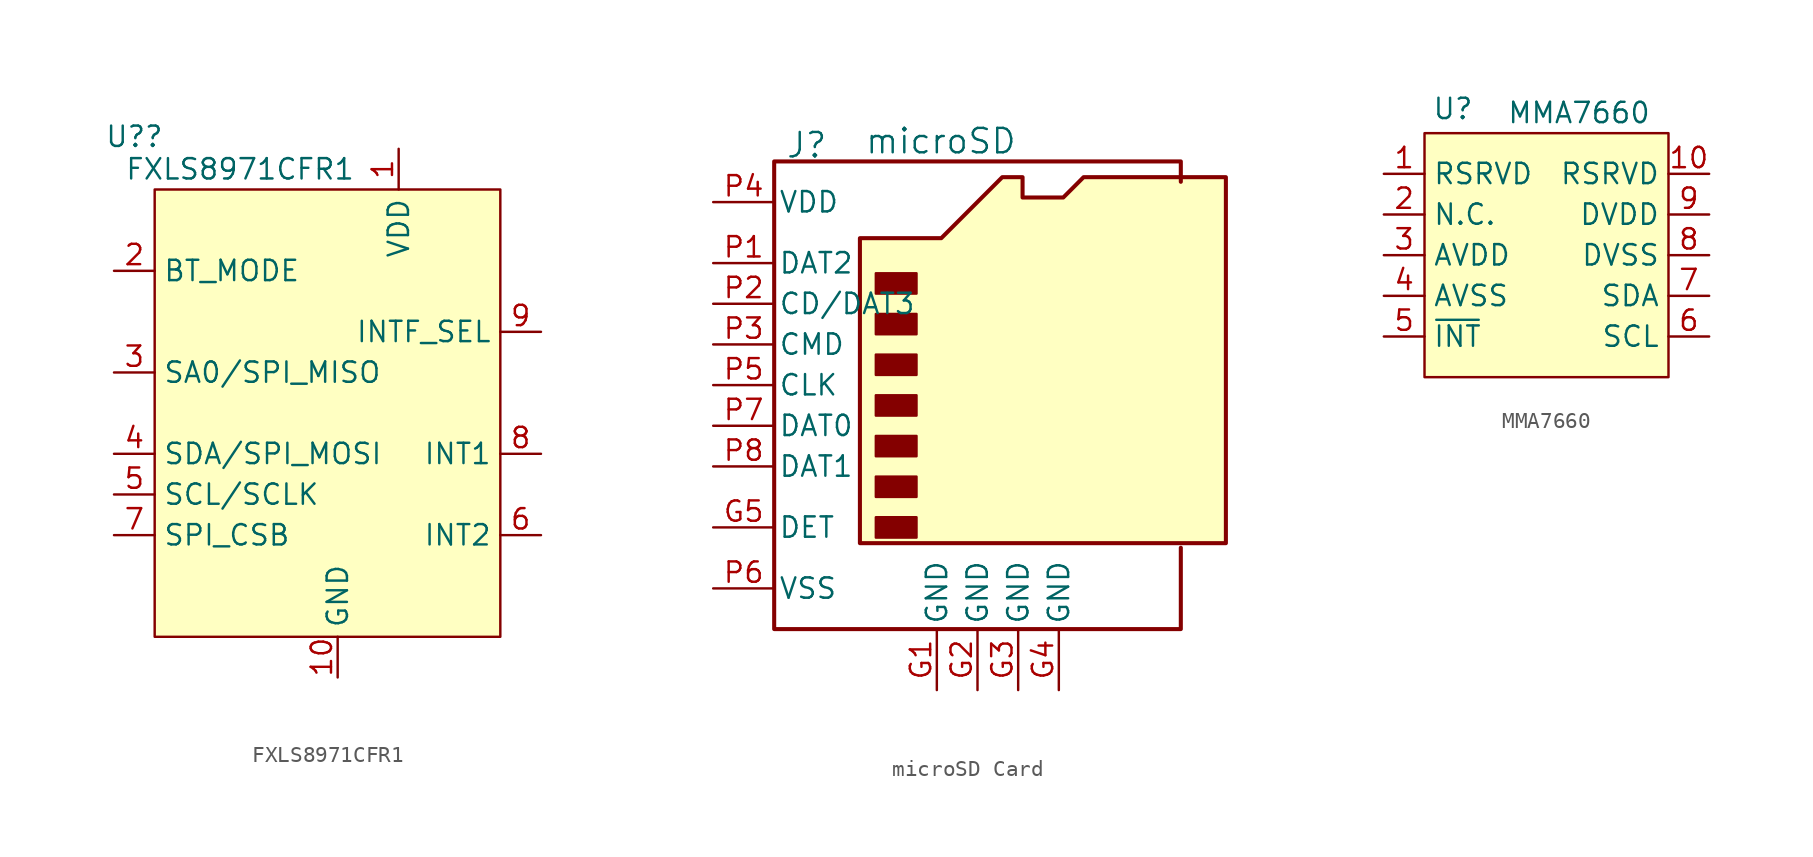
<source format=kicad_sym>
(kicad_symbol_lib
  (version 20241209)
  (generator "kicad_symbol_editor")
  (generator_version "9.0")
  (symbol "FXLS8971CFR1"
    (property "Reference" "U?"
      (at -12.7 12.192 0)
      (effects (font (size 1.27 1.27))))
    (property "Value" "FXLS8971CFR1"
      (at -6.096 10.16 0)
      (effects (font (size 1.27 1.27))))
    (symbol "FXLS8971CFR1_0_0"
      (pin unspecified line (at -13.97 3.81 0) (length 2.54) (name "BT_MODE" (effects (font (size 1.27 1.27)))) (number "2" (effects (font (size 1.27 1.27)))))
      (pin unspecified line (at -13.97 -2.54 0) (length 2.54) (name "SA0/SPI_MISO" (effects (font (size 1.27 1.27)))) (number "3" (effects (font (size 1.27 1.27)))))
      (pin unspecified line (at -13.97 -7.62 0) (length 2.54) (name "SDA/SPI_MOSI" (effects (font (size 1.27 1.27)))) (number "4" (effects (font (size 1.27 1.27)))))
      (pin unspecified line (at -13.97 -12.7 0) (length 2.54) (name "SPI_CSB" (effects (font (size 1.27 1.27)))) (number "7" (effects (font (size 1.27 1.27)))))
      (pin unspecified line (at 12.7 0 180) (length 2.54) (name "INTF_SEL" (effects (font (size 1.27 1.27)))) (number "9" (effects (font (size 1.27 1.27)))))
      (pin unspecified line (at 12.7 -7.62 180) (length 2.54) (name "INT1" (effects (font (size 1.27 1.27)))) (number "8" (effects (font (size 1.27 1.27)))))
      (pin unspecified line (at 12.7 -12.7 180) (length 2.54) (name "INT2" (effects (font (size 1.27 1.27)))) (number "6" (effects (font (size 1.27 1.27))))))
    (symbol "FXLS8971CFR1_1_0"
      (pin unspecified line (at -13.97 -10.16 0) (length 2.54) (name "SCL/SCLK" (effects (font (size 1.27 1.27)))) (number "5" (effects (font (size 1.27 1.27)))))
      (pin unspecified line (at 0 -21.59 90) (length 2.54) (name "GND" (effects (font (size 1.27 1.27)))) (number "10" (effects (font (size 1.27 1.27)))))
      (pin unspecified line (at 2.54 -21.59 90) (length 2.54) (hide yes) (name "n.c" (effects (font (size 1.27 1.27)))) (number "11" (effects (font (size 1.27 1.27)))))
      (pin unspecified line (at 3.81 11.43 270) (length 2.54) (name "VDD" (effects (font (size 1.27 1.27)))) (number "1" (effects (font (size 1.27 1.27)))))
      (pin unspecified line (at 5.08 -21.59 90) (length 2.54) (hide yes) (name "n.c" (effects (font (size 1.27 1.27)))) (number "12" (effects (font (size 1.27 1.27))))))
    (symbol "FXLS8971CFR1_1_1"
      (rectangle (start -11.43 8.89) (end 10.16 -19.05) (stroke (width 0) (type solid) (color 132 0 0 1)) (fill (type color) (color 255 255 194 1)))))
  (symbol "microSD Card"
    (pin_names
      (offset 0.254))
    (property "Reference" "J"
      (at 2.032 13.716 0)
      (effects (font (size 1.524 1.524))))
    (property "Value" "microSD"
      (at 10.414 13.97 0)
      (effects (font (size 1.524 1.524))))
    (symbol "microSD Card_0_1"
      (polyline (pts (xy 5.355 -11.144) (xy 5.355 7.906) (xy 10.435 7.906) (xy 14.245 11.716) (xy 15.515 11.716) (xy 15.515 10.446) (xy 18.055 10.446) (xy 19.325 11.716) (xy 28.215 11.716) (xy 28.215 -11.144) (xy 5.355 -11.144)) (stroke (width 0.254) (type default)) (fill (type background)))
      (rectangle (start 6.35 5.715) (end 8.89 4.445) (stroke (width 0) (type default)) (fill (type outline)))
      (rectangle (start 6.35 3.175) (end 8.89 1.905) (stroke (width 0) (type default)) (fill (type outline)))
      (rectangle (start 6.35 0.635) (end 8.89 -0.635) (stroke (width 0) (type default)) (fill (type outline)))
      (rectangle (start 6.35 -1.905) (end 8.89 -3.175) (stroke (width 0) (type default)) (fill (type outline)))
      (rectangle (start 6.35 -4.445) (end 8.89 -5.715) (stroke (width 0) (type default)) (fill (type outline)))
      (rectangle (start 6.35 -6.985) (end 8.89 -8.255) (stroke (width 0) (type default)) (fill (type outline)))
      (rectangle (start 6.35 -9.525) (end 8.89 -10.795) (stroke (width 0) (type default)) (fill (type outline)))
      (polyline (pts (xy 25.4 11.43) (xy 25.4 12.7) (xy 0 12.7) (xy 0 -16.51) (xy 25.4 -16.51) (xy 25.4 -11.43)) (stroke (width 0.254) (type default)) (fill (type none))))
    (symbol "microSD Card_1_1"
      (pin passive line (at -3.81 10.16 0) (length 3.81) (name "VDD" (effects (font (size 1.27 1.27)))) (number "P4" (effects (font (size 1.27 1.27)))))
      (pin passive line (at -3.81 6.35 0) (length 3.81) (name "DAT2" (effects (font (size 1.27 1.27)))) (number "P1" (effects (font (size 1.27 1.27)))))
      (pin passive line (at -3.81 3.81 0) (length 3.81) (name "CD/DAT3" (effects (font (size 1.27 1.27)))) (number "P2" (effects (font (size 1.27 1.27)))))
      (pin passive line (at -3.81 1.27 0) (length 3.81) (name "CMD" (effects (font (size 1.27 1.27)))) (number "P3" (effects (font (size 1.27 1.27)))))
      (pin passive line (at -3.81 -1.27 0) (length 3.81) (name "CLK" (effects (font (size 1.27 1.27)))) (number "P5" (effects (font (size 1.27 1.27)))))
      (pin passive line (at -3.81 -3.81 0) (length 3.81) (name "DAT0" (effects (font (size 1.27 1.27)))) (number "P7" (effects (font (size 1.27 1.27)))))
      (pin passive line (at -3.81 -6.35 0) (length 3.81) (name "DAT1" (effects (font (size 1.27 1.27)))) (number "P8" (effects (font (size 1.27 1.27)))))
      (pin passive line (at -3.81 -10.16 0) (length 3.81) (name "DET" (effects (font (size 1.27 1.27)))) (number "G5" (effects (font (size 1.27 1.27)))))
      (pin passive line (at -3.81 -13.97 0) (length 3.81) (name "VSS" (effects (font (size 1.27 1.27)))) (number "P6" (effects (font (size 1.27 1.27)))))
      (pin passive line (at 10.16 -20.32 90) (length 3.81) (name "GND" (effects (font (size 1.27 1.27)))) (number "G1" (effects (font (size 1.27 1.27)))))
      (pin passive line (at 12.7 -20.32 90) (length 3.81) (name "GND" (effects (font (size 1.27 1.27)))) (number "G2" (effects (font (size 1.27 1.27)))))
      (pin passive line (at 15.24 -20.32 90) (length 3.81) (name "GND" (effects (font (size 1.27 1.27)))) (number "G3" (effects (font (size 1.27 1.27)))))
      (pin passive line (at 17.78 -20.32 90) (length 3.81) (name "GND" (effects (font (size 1.27 1.27)))) (number "G4" (effects (font (size 1.27 1.27)))))))
  (symbol "MMA7660"
    (property "Reference" "U"
      (at -5.842 10.414 0)
      (effects (font (size 1.27 1.27))))
    (property "Value" "MMA7660"
      (at 2.032 10.16 0)
      (effects (font (size 1.27 1.27))))
    (symbol "MMA7660_0_0"
      (pin unspecified line (at -10.16 3.81 0) (length 2.54) (name "N.C." (effects (font (size 1.27 1.27)))) (number "2" (effects (font (size 1.27 1.27)))))
      (pin unspecified line (at -10.16 1.27 0) (length 2.54) (name "AVDD" (effects (font (size 1.27 1.27)))) (number "3" (effects (font (size 1.27 1.27)))))
      (pin unspecified line (at -10.16 -1.27 0) (length 2.54) (name "AVSS" (effects (font (size 1.27 1.27)))) (number "4" (effects (font (size 1.27 1.27)))))
      (pin unspecified line (at 10.16 3.81 180) (length 2.54) (name "DVDD" (effects (font (size 1.27 1.27)))) (number "9" (effects (font (size 1.27 1.27)))))
      (pin unspecified line (at 10.16 1.27 180) (length 2.54) (name "DVSS" (effects (font (size 1.27 1.27)))) (number "8" (effects (font (size 1.27 1.27)))))
      (pin unspecified line (at 10.16 -1.27 180) (length 2.54) (name "SDA" (effects (font (size 1.27 1.27)))) (number "7" (effects (font (size 1.27 1.27)))))
      (pin unspecified line (at 10.16 -3.81 180) (length 2.54) (name "SCL" (effects (font (size 1.27 1.27)))) (number "6" (effects (font (size 1.27 1.27))))))
    (symbol "MMA7660_1_0"
      (pin unspecified line (at -10.16 6.35 0) (length 2.54) (name "RSRVD" (effects (font (size 1.27 1.27)))) (number "1" (effects (font (size 1.27 1.27)))))
      (pin unspecified line (at -10.16 -3.81 0) (length 2.54) (name "~{INT}" (effects (font (size 1.27 1.27)))) (number "5" (effects (font (size 1.27 1.27)))))
      (pin unspecified line (at 10.16 6.35 180) (length 2.54) (name "RSRVD" (effects (font (size 1.27 1.27)))) (number "10" (effects (font (size 1.27 1.27))))))
    (symbol "MMA7660_1_1"
      (rectangle (start -7.62 8.89) (end 7.62 -6.35) (stroke (width 0) (type solid) (color 132 0 0 1)) (fill (type color) (color 255 255 194 1))))))
</source>
